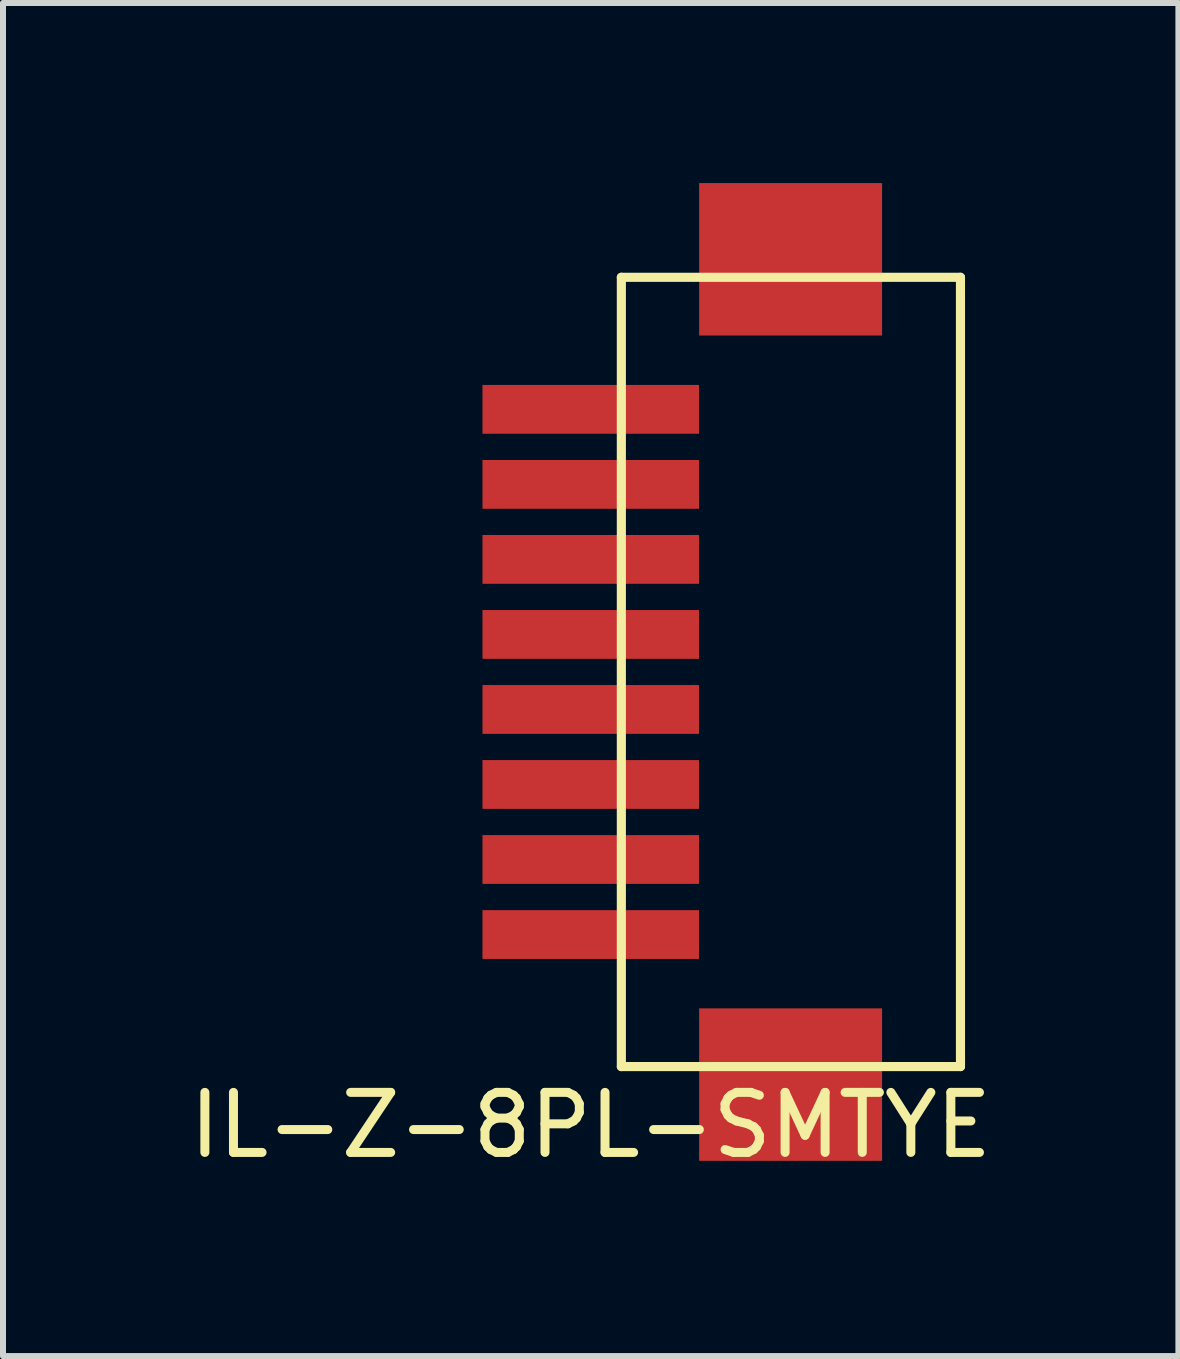
<source format=kicad_pcb>
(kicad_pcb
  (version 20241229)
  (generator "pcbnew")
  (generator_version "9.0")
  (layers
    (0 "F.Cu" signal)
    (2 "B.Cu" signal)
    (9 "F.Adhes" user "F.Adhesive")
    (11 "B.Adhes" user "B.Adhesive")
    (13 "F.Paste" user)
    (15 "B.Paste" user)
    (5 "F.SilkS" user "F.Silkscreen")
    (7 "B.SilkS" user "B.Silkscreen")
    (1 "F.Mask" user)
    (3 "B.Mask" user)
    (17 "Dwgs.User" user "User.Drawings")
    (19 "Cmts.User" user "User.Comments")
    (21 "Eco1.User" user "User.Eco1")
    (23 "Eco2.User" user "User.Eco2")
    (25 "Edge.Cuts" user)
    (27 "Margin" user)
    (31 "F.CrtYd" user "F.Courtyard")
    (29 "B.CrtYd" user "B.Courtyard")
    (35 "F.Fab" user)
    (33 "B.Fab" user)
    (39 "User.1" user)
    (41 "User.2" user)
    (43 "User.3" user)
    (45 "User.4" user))
  (footprint "IL-Z-8PL-SMTYE"
    (layer "F.Cu")
    (at 6.792 12.52)
    (property "Reference" "IL-Z-8PL-SMTYE" (at 0 3.175 0) (layer "F.SilkS") (effects (font (size 1 1) (thickness 0.15))))
    (attr through_hole)
    (fp_line (start 0.51 -10.95) (end 0.51 2.2) (stroke (width 0.152) (type solid)) (layer "F.SilkS"))
    (fp_line (start 0.51 2.2) (end 6.16 2.2) (stroke (width 0.152) (type solid)) (layer "F.SilkS"))
    (fp_line (start 6.16 -10.95) (end 0.51 -10.95) (stroke (width 0.152) (type solid)) (layer "F.SilkS"))
    (fp_line (start 6.16 2.2) (end 6.16 -10.95) (stroke (width 0.152) (type solid)) (layer "F.SilkS"))
    (pad "0" smd rect (at 3.33 -11.25) (size 3.048 2.54) (layers "F.Cu" "F.Mask" "F.Paste"))
    (pad "0" smd rect (at 3.33 2.5) (size 3.048 2.54) (layers "F.Cu" "F.Mask" "F.Paste"))
    (pad "1" smd rect (at 0 0) (size 3.607 0.813) (layers "F.Cu" "F.Mask" "F.Paste"))
    (pad "2" smd rect (at 0 -1.25) (size 3.607 0.813) (layers "F.Cu" "F.Mask" "F.Paste"))
    (pad "3" smd rect (at 0 -2.5) (size 3.607 0.813) (layers "F.Cu" "F.Mask" "F.Paste"))
    (pad "4" smd rect (at 0 -3.75) (size 3.607 0.813) (layers "F.Cu" "F.Mask" "F.Paste"))
    (pad "5" smd rect (at 0 -5) (size 3.607 0.813) (layers "F.Cu" "F.Mask" "F.Paste"))
    (pad "6" smd rect (at 0 -6.25) (size 3.607 0.813) (layers "F.Cu" "F.Mask" "F.Paste"))
    (pad "7" smd rect (at 0 -7.5) (size 3.607 0.813) (layers "F.Cu" "F.Mask" "F.Paste"))
    (pad "8" smd rect (at 0 -8.75) (size 3.607 0.813) (layers "F.Cu" "F.Mask" "F.Paste")))
  (gr_rect
    (start -3 -3)
    (end 16.583 19.543)
    (stroke (width 0.1) (type default))
    (fill no)
    (layer "Edge.Cuts")))
</source>
